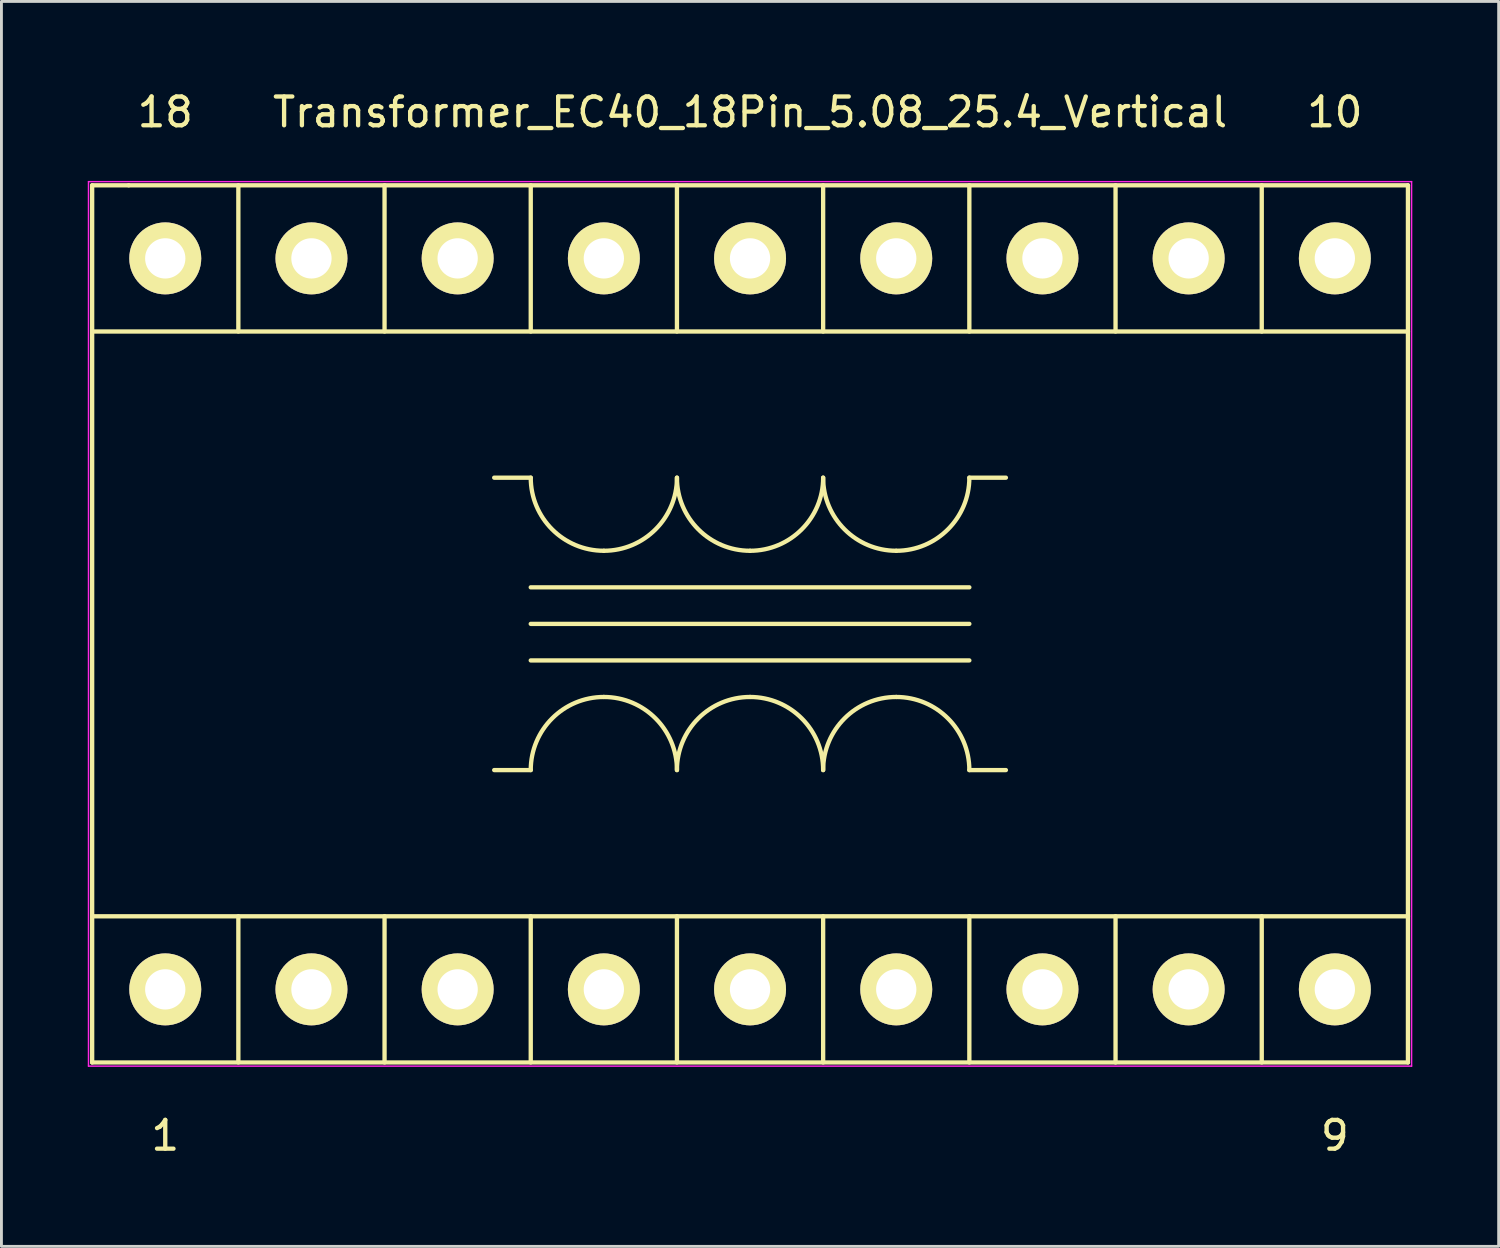
<source format=kicad_pcb>
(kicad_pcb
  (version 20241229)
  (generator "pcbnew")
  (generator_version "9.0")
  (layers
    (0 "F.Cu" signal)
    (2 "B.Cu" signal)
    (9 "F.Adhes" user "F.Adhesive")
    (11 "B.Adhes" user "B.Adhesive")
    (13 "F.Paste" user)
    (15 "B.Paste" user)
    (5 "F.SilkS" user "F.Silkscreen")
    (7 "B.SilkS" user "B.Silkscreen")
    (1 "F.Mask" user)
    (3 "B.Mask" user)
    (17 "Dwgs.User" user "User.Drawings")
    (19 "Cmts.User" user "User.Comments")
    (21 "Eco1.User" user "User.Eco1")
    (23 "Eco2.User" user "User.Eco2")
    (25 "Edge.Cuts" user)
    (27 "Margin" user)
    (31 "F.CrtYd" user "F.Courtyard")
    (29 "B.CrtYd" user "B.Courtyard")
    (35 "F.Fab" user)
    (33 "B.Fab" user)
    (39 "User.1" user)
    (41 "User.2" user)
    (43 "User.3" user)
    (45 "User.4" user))
  (footprint "Transformer_EC40_18Pin_5.08_25.4_Vertical"
    (layer "F.Cu")
    (at 2.692 31.328)
    (property "Reference" "Transformer_EC40_18Pin_5.08_25.4_Vertical" (at 20.32 -30.48 0) (layer "F.SilkS") (effects (font (size 1 1) (thickness 0.15))))
    (attr through_hole)
    (fp_line (start -2.54 -27.94) (end -2.54 2.54) (stroke (width 0.15) (type solid)) (layer "F.SilkS"))
    (fp_line (start -2.54 -2.54) (end 43.18 -2.54) (stroke (width 0.15) (type solid)) (layer "F.SilkS"))
    (fp_line (start -2.54 2.54) (end 43.18 2.54) (stroke (width 0.15) (type solid)) (layer "F.SilkS"))
    (fp_line (start -1.27 -27.94) (end -2.54 -27.94) (stroke (width 0.15) (type solid)) (layer "F.SilkS"))
    (fp_line (start 2.54 -27.94) (end 2.54 -22.86) (stroke (width 0.15) (type solid)) (layer "F.SilkS"))
    (fp_line (start 2.54 2.54) (end 2.54 -2.54) (stroke (width 0.15) (type solid)) (layer "F.SilkS"))
    (fp_line (start 7.62 -27.94) (end 7.62 -22.86) (stroke (width 0.15) (type solid)) (layer "F.SilkS"))
    (fp_line (start 7.62 2.54) (end 7.62 -2.54) (stroke (width 0.15) (type solid)) (layer "F.SilkS"))
    (fp_line (start 12.7 -27.94) (end 12.7 -22.86) (stroke (width 0.15) (type solid)) (layer "F.SilkS"))
    (fp_line (start 12.7 -17.78) (end 11.43 -17.78) (stroke (width 0.15) (type solid)) (layer "F.SilkS"))
    (fp_line (start 12.7 -13.97) (end 27.94 -13.97) (stroke (width 0.15) (type solid)) (layer "F.SilkS"))
    (fp_line (start 12.7 -12.7) (end 27.94 -12.7) (stroke (width 0.15) (type solid)) (layer "F.SilkS"))
    (fp_line (start 12.7 -11.43) (end 27.94 -11.43) (stroke (width 0.15) (type solid)) (layer "F.SilkS"))
    (fp_line (start 12.7 -7.62) (end 11.43 -7.62) (stroke (width 0.15) (type solid)) (layer "F.SilkS"))
    (fp_line (start 12.7 2.54) (end 12.7 -2.54) (stroke (width 0.15) (type solid)) (layer "F.SilkS"))
    (fp_line (start 17.78 -27.94) (end 17.78 -22.86) (stroke (width 0.15) (type solid)) (layer "F.SilkS"))
    (fp_line (start 17.78 2.54) (end 17.78 -2.54) (stroke (width 0.15) (type solid)) (layer "F.SilkS"))
    (fp_line (start 22.86 -27.94) (end 22.86 -22.86) (stroke (width 0.15) (type solid)) (layer "F.SilkS"))
    (fp_line (start 22.86 2.54) (end 22.86 -2.54) (stroke (width 0.15) (type solid)) (layer "F.SilkS"))
    (fp_line (start 27.94 -27.94) (end 27.94 -22.86) (stroke (width 0.15) (type solid)) (layer "F.SilkS"))
    (fp_line (start 27.94 -17.78) (end 29.21 -17.78) (stroke (width 0.15) (type solid)) (layer "F.SilkS"))
    (fp_line (start 27.94 -7.62) (end 29.21 -7.62) (stroke (width 0.15) (type solid)) (layer "F.SilkS"))
    (fp_line (start 27.94 2.54) (end 27.94 -2.54) (stroke (width 0.15) (type solid)) (layer "F.SilkS"))
    (fp_line (start 33.02 -27.94) (end 33.02 -22.86) (stroke (width 0.15) (type solid)) (layer "F.SilkS"))
    (fp_line (start 33.02 2.54) (end 33.02 -2.54) (stroke (width 0.15) (type solid)) (layer "F.SilkS"))
    (fp_line (start 38.1 -27.94) (end 38.1 -22.86) (stroke (width 0.15) (type solid)) (layer "F.SilkS"))
    (fp_line (start 38.1 2.54) (end 38.1 -2.54) (stroke (width 0.15) (type solid)) (layer "F.SilkS"))
    (fp_line (start 43.18 -27.94) (end -1.27 -27.94) (stroke (width 0.15) (type solid)) (layer "F.SilkS"))
    (fp_line (start 43.18 -22.86) (end -2.54 -22.86) (stroke (width 0.15) (type solid)) (layer "F.SilkS"))
    (fp_line (start 43.18 2.54) (end 43.18 -27.94) (stroke (width 0.15) (type solid)) (layer "F.SilkS"))
    (fp_arc (start 12.7 -7.62) (mid 13.443949 -9.416051) (end 15.24 -10.16) (stroke (width 0.15) (type solid)) (layer "F.SilkS"))
    (fp_arc (start 15.24 -15.24) (mid 13.443949 -15.983949) (end 12.7 -17.78) (stroke (width 0.15) (type solid)) (layer "F.SilkS"))
    (fp_arc (start 15.24 -10.16) (mid 17.036051 -9.416051) (end 17.78 -7.62) (stroke (width 0.15) (type solid)) (layer "F.SilkS"))
    (fp_arc (start 17.78 -17.78) (mid 17.036051 -15.983949) (end 15.24 -15.24) (stroke (width 0.15) (type solid)) (layer "F.SilkS"))
    (fp_arc (start 17.78 -7.62) (mid 18.523949 -9.416051) (end 20.32 -10.16) (stroke (width 0.15) (type solid)) (layer "F.SilkS"))
    (fp_arc (start 20.32 -15.24) (mid 18.523949 -15.983949) (end 17.78 -17.78) (stroke (width 0.15) (type solid)) (layer "F.SilkS"))
    (fp_arc (start 20.32 -10.16) (mid 22.116051 -9.416051) (end 22.86 -7.62) (stroke (width 0.15) (type solid)) (layer "F.SilkS"))
    (fp_arc (start 22.86 -17.78) (mid 22.116051 -15.983949) (end 20.32 -15.24) (stroke (width 0.15) (type solid)) (layer "F.SilkS"))
    (fp_arc (start 22.86 -7.62) (mid 23.603949 -9.416051) (end 25.4 -10.16) (stroke (width 0.15) (type solid)) (layer "F.SilkS"))
    (fp_arc (start 25.4 -15.24) (mid 23.603949 -15.983949) (end 22.86 -17.78) (stroke (width 0.15) (type solid)) (layer "F.SilkS"))
    (fp_arc (start 25.4 -10.16) (mid 27.196051 -9.416051) (end 27.94 -7.62) (stroke (width 0.15) (type solid)) (layer "F.SilkS"))
    (fp_arc (start 27.94 -17.78) (mid 27.196051 -15.983949) (end 25.4 -15.24) (stroke (width 0.15) (type solid)) (layer "F.SilkS"))
    (fp_line (start -2.667 -28.067) (end 43.307 -28.067) (stroke (width 0.05) (type solid)) (layer "F.CrtYd"))
    (fp_line (start -2.667 2.667) (end -2.667 -28.067) (stroke (width 0.05) (type solid)) (layer "F.CrtYd"))
    (fp_line (start 43.307 -28.067) (end 43.307 2.667) (stroke (width 0.05) (type solid)) (layer "F.CrtYd"))
    (fp_line (start 43.307 2.667) (end -2.667 2.667) (stroke (width 0.05) (type solid)) (layer "F.CrtYd"))
    (fp_text user "9" (at 40.64 5.08 0) (layer "F.SilkS") (effects (font (size 1 1) (thickness 0.15))))
    (fp_text user "10" (at 40.64 -30.48 0) (layer "F.SilkS") (effects (font (size 1 1) (thickness 0.15))))
    (fp_text user "1" (at 0 5.08 0) (layer "F.SilkS") (effects (font (size 1 1) (thickness 0.15))))
    (fp_text user "18" (at 0 -30.48 0) (layer "F.SilkS") (effects (font (size 1 1) (thickness 0.15))))
    (pad "1" thru_hole circle (at 0 0) (size 2.5 2.5) (drill 1.4) (layers "*.Cu" "*.Mask" "F.SilkS"))
    (pad "2" thru_hole circle (at 5.08 0) (size 2.5 2.5) (drill 1.4) (layers "*.Cu" "*.Mask" "F.SilkS"))
    (pad "3" thru_hole circle (at 10.16 0) (size 2.5 2.5) (drill 1.4) (layers "*.Cu" "*.Mask" "F.SilkS"))
    (pad "4" thru_hole circle (at 15.24 0) (size 2.5 2.5) (drill 1.4) (layers "*.Cu" "*.Mask" "F.SilkS"))
    (pad "5" thru_hole circle (at 20.32 0) (size 2.5 2.5) (drill 1.4) (layers "*.Cu" "*.Mask" "F.SilkS"))
    (pad "6" thru_hole circle (at 25.4 0) (size 2.5 2.5) (drill 1.4) (layers "*.Cu" "*.Mask" "F.SilkS"))
    (pad "7" thru_hole circle (at 30.48 0) (size 2.5 2.5) (drill 1.4) (layers "*.Cu" "*.Mask" "F.SilkS"))
    (pad "8" thru_hole circle (at 35.56 0) (size 2.5 2.5) (drill 1.4) (layers "*.Cu" "*.Mask" "F.SilkS"))
    (pad "9" thru_hole circle (at 40.64 0) (size 2.5 2.5) (drill 1.4) (layers "*.Cu" "*.Mask" "F.SilkS"))
    (pad "10" thru_hole circle (at 40.64 -25.4) (size 2.5 2.5) (drill 1.4) (layers "*.Cu" "*.Mask" "F.SilkS"))
    (pad "11" thru_hole circle (at 35.56 -25.4) (size 2.5 2.5) (drill 1.4) (layers "*.Cu" "*.Mask" "F.SilkS"))
    (pad "12" thru_hole circle (at 30.48 -25.4) (size 2.5 2.5) (drill 1.4) (layers "*.Cu" "*.Mask" "F.SilkS"))
    (pad "13" thru_hole circle (at 25.4 -25.4) (size 2.5 2.5) (drill 1.4) (layers "*.Cu" "*.Mask" "F.SilkS"))
    (pad "14" thru_hole circle (at 20.32 -25.4) (size 2.5 2.5) (drill 1.4) (layers "*.Cu" "*.Mask" "F.SilkS"))
    (pad "15" thru_hole circle (at 15.24 -25.4) (size 2.5 2.5) (drill 1.4) (layers "*.Cu" "*.Mask" "F.SilkS"))
    (pad "16" thru_hole circle (at 10.16 -25.4) (size 2.5 2.5) (drill 1.4) (layers "*.Cu" "*.Mask" "F.SilkS"))
    (pad "17" thru_hole circle (at 5.08 -25.4) (size 2.5 2.5) (drill 1.4) (layers "*.Cu" "*.Mask" "F.SilkS"))
    (pad "18" thru_hole circle (at 0 -25.4) (size 2.5 2.5) (drill 1.4) (layers "*.Cu" "*.Mask" "F.SilkS")))
  (gr_rect
    (start -3 -3)
    (end 49.024 40.257)
    (stroke (width 0.1) (type default))
    (fill no)
    (layer "Edge.Cuts")))
</source>
